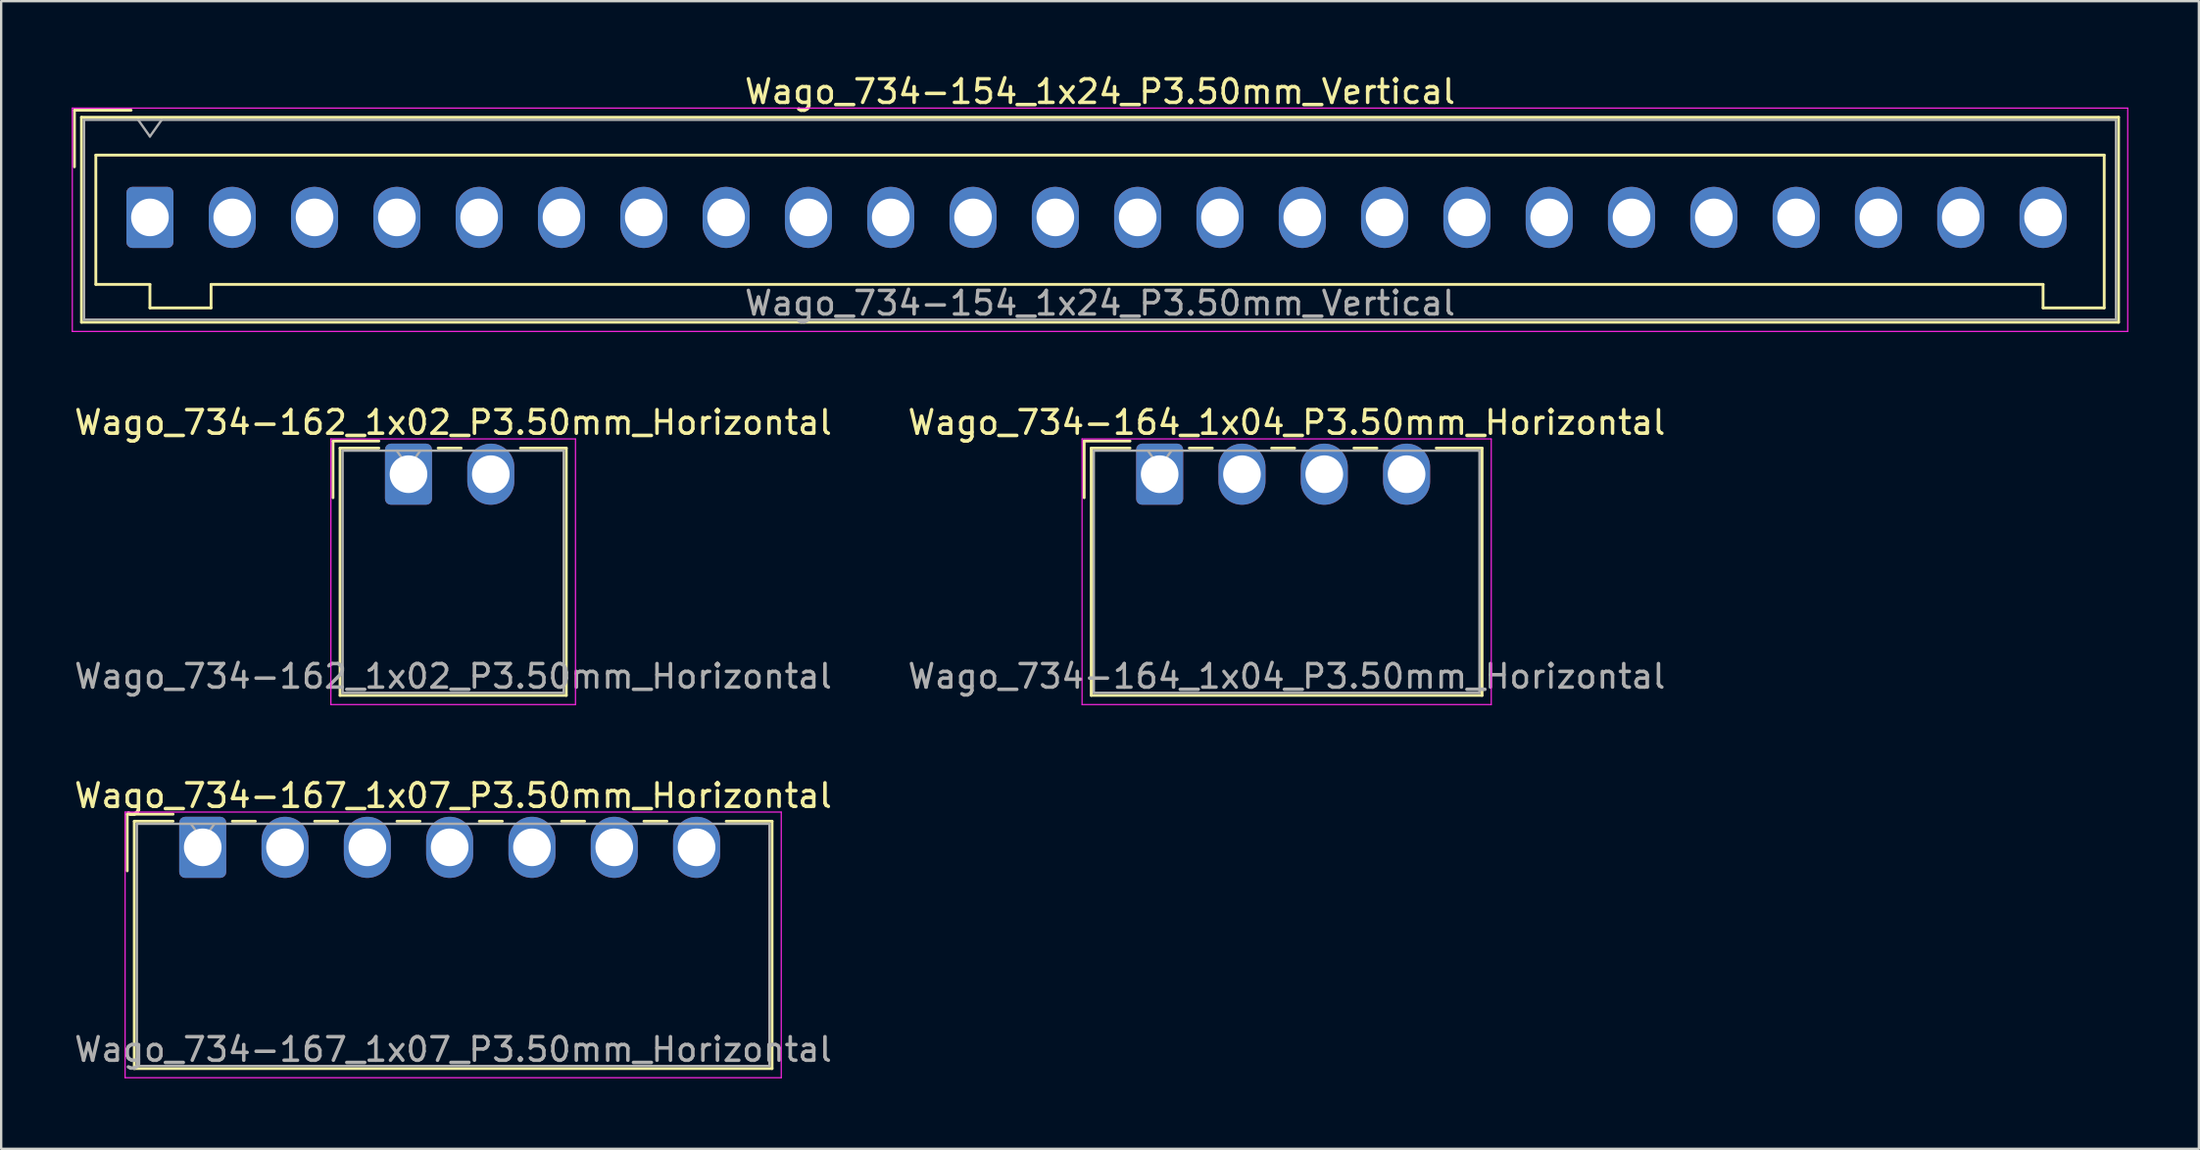
<source format=kicad_pcb>
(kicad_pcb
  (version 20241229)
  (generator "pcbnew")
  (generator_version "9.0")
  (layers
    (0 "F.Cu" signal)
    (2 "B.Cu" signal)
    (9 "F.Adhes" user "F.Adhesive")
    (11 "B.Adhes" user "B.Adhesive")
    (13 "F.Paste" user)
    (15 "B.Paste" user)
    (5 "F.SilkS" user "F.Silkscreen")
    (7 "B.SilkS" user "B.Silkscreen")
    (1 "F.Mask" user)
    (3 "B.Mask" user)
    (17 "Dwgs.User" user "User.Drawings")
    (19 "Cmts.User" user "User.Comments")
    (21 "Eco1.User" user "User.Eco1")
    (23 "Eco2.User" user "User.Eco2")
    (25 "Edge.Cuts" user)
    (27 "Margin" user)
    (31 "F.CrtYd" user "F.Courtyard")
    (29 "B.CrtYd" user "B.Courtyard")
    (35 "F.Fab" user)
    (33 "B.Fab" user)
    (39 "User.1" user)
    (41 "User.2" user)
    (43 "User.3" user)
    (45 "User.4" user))
  (footprint "Wago_734-164_1x04_P3.50mm_Horizontal"
    (layer "F.Cu")
    (at 46.261 17.122)
    (property "Reference" "Wago_734-164_1x04_P3.50mm_Horizontal" (at 5.4 -2.2 0) (layer "F.SilkS") (effects (font (size 1 1) (thickness 0.15))))
    (attr through_hole)
    (fp_line (start -3.21 -1.41) (end -1.26 -1.41) (stroke (width 0.12) (type solid)) (layer "F.SilkS"))
    (fp_line (start -3.21 1) (end -3.21 -1.41) (stroke (width 0.12) (type solid)) (layer "F.SilkS"))
    (fp_line (start -2.91 -1.11) (end -2.91 9.41) (stroke (width 0.12) (type solid)) (layer "F.SilkS"))
    (fp_line (start -2.91 9.41) (end 13.71 9.41) (stroke (width 0.12) (type solid)) (layer "F.SilkS"))
    (fp_line (start -1.26 -1.11) (end -2.91 -1.11) (stroke (width 0.12) (type solid)) (layer "F.SilkS"))
    (fp_line (start 1.26 -1.11) (end 2.24 -1.11) (stroke (width 0.12) (type solid)) (layer "F.SilkS"))
    (fp_line (start 4.76 -1.11) (end 5.74 -1.11) (stroke (width 0.12) (type solid)) (layer "F.SilkS"))
    (fp_line (start 8.26 -1.11) (end 9.24 -1.11) (stroke (width 0.12) (type solid)) (layer "F.SilkS"))
    (fp_line (start 13.71 -1.11) (end 11.76 -1.11) (stroke (width 0.12) (type solid)) (layer "F.SilkS"))
    (fp_line (start 13.71 9.41) (end 13.71 -1.11) (stroke (width 0.12) (type solid)) (layer "F.SilkS"))
    (fp_line (start -3.3 -1.5) (end -3.3 9.8) (stroke (width 0.05) (type solid)) (layer "F.CrtYd"))
    (fp_line (start -3.3 9.8) (end 14.1 9.8) (stroke (width 0.05) (type solid)) (layer "F.CrtYd"))
    (fp_line (start 14.1 -1.5) (end -3.3 -1.5) (stroke (width 0.05) (type solid)) (layer "F.CrtYd"))
    (fp_line (start 14.1 9.8) (end 14.1 -1.5) (stroke (width 0.05) (type solid)) (layer "F.CrtYd"))
    (fp_line (start -2.8 -1) (end -2.8 9.3) (stroke (width 0.1) (type solid)) (layer "F.Fab"))
    (fp_line (start -2.8 9.3) (end 13.6 9.3) (stroke (width 0.1) (type solid)) (layer "F.Fab"))
    (fp_line (start -0.5 -1) (end 0 -0.293) (stroke (width 0.1) (type solid)) (layer "F.Fab"))
    (fp_line (start 0 -0.293) (end 0.5 -1) (stroke (width 0.1) (type solid)) (layer "F.Fab"))
    (fp_line (start 13.6 -1) (end -2.8 -1) (stroke (width 0.1) (type solid)) (layer "F.Fab"))
    (fp_line (start 13.6 9.3) (end 13.6 -1) (stroke (width 0.1) (type solid)) (layer "F.Fab"))
    (fp_text user "${REFERENCE}" (at 5.4 8.6 0) (layer "F.Fab") (effects (font (size 1 1) (thickness 0.15))))
    (pad "1" thru_hole roundrect (at 0 0) (size 2 2.6) (drill 1.6) (layers "*.Cu" "*.Mask") (roundrect_rratio 0.125))
    (pad "2" thru_hole oval (at 3.5 0) (size 2 2.6) (drill 1.6) (layers "*.Cu" "*.Mask"))
    (pad "3" thru_hole oval (at 7 0) (size 2 2.6) (drill 1.6) (layers "*.Cu" "*.Mask"))
    (pad "4" thru_hole oval (at 10.5 0) (size 2 2.6) (drill 1.6) (layers "*.Cu" "*.Mask")))
  (footprint "Wago_734-154_1x24_P3.50mm_Vertical"
    (layer "F.Cu")
    (at 3.325 6.198)
    (property "Reference" "Wago_734-154_1x24_P3.50mm_Vertical" (at 40.4 -5.35 0) (layer "F.SilkS") (effects (font (size 1 1) (thickness 0.15))))
    (attr through_hole)
    (fp_line (start -3.21 -4.56) (end -0.8 -4.56) (stroke (width 0.12) (type solid)) (layer "F.SilkS"))
    (fp_line (start -3.21 -2.15) (end -3.21 -4.56) (stroke (width 0.12) (type solid)) (layer "F.SilkS"))
    (fp_line (start -2.91 -4.26) (end -2.91 4.46) (stroke (width 0.12) (type solid)) (layer "F.SilkS"))
    (fp_line (start -2.91 4.46) (end 83.71 4.46) (stroke (width 0.12) (type solid)) (layer "F.SilkS"))
    (fp_line (start -2.3 -2.65) (end -2.3 2.85) (stroke (width 0.12) (type solid)) (layer "F.SilkS"))
    (fp_line (start -2.3 2.85) (end 0 2.85) (stroke (width 0.12) (type solid)) (layer "F.SilkS"))
    (fp_line (start 0 2.85) (end 0 3.85) (stroke (width 0.12) (type solid)) (layer "F.SilkS"))
    (fp_line (start 0 3.85) (end 2.6 3.85) (stroke (width 0.12) (type solid)) (layer "F.SilkS"))
    (fp_line (start 2.6 2.85) (end 80.5 2.85) (stroke (width 0.12) (type solid)) (layer "F.SilkS"))
    (fp_line (start 2.6 3.85) (end 2.6 2.85) (stroke (width 0.12) (type solid)) (layer "F.SilkS"))
    (fp_line (start 80.5 2.85) (end 80.5 3.85) (stroke (width 0.12) (type solid)) (layer "F.SilkS"))
    (fp_line (start 80.5 3.85) (end 83.1 3.85) (stroke (width 0.12) (type solid)) (layer "F.SilkS"))
    (fp_line (start 83.1 -2.65) (end -2.3 -2.65) (stroke (width 0.12) (type solid)) (layer "F.SilkS"))
    (fp_line (start 83.1 3.85) (end 83.1 -2.65) (stroke (width 0.12) (type solid)) (layer "F.SilkS"))
    (fp_line (start 83.71 -4.26) (end -2.91 -4.26) (stroke (width 0.12) (type solid)) (layer "F.SilkS"))
    (fp_line (start 83.71 4.46) (end 83.71 -4.26) (stroke (width 0.12) (type solid)) (layer "F.SilkS"))
    (fp_line (start -3.3 -4.65) (end -3.3 4.85) (stroke (width 0.05) (type solid)) (layer "F.CrtYd"))
    (fp_line (start -3.3 4.85) (end 84.1 4.85) (stroke (width 0.05) (type solid)) (layer "F.CrtYd"))
    (fp_line (start 84.1 -4.65) (end -3.3 -4.65) (stroke (width 0.05) (type solid)) (layer "F.CrtYd"))
    (fp_line (start 84.1 4.85) (end 84.1 -4.65) (stroke (width 0.05) (type solid)) (layer "F.CrtYd"))
    (fp_line (start -2.8 -4.15) (end -2.8 4.35) (stroke (width 0.1) (type solid)) (layer "F.Fab"))
    (fp_line (start -2.8 4.35) (end 83.6 4.35) (stroke (width 0.1) (type solid)) (layer "F.Fab"))
    (fp_line (start -0.5 -4.15) (end 0 -3.443) (stroke (width 0.1) (type solid)) (layer "F.Fab"))
    (fp_line (start 0 -3.443) (end 0.5 -4.15) (stroke (width 0.1) (type solid)) (layer "F.Fab"))
    (fp_line (start 83.6 -4.15) (end -2.8 -4.15) (stroke (width 0.1) (type solid)) (layer "F.Fab"))
    (fp_line (start 83.6 4.35) (end 83.6 -4.15) (stroke (width 0.1) (type solid)) (layer "F.Fab"))
    (fp_text user "${REFERENCE}" (at 40.4 3.65 0) (layer "F.Fab") (effects (font (size 1 1) (thickness 0.15))))
    (pad "1" thru_hole roundrect (at 0 0) (size 2 2.6) (drill 1.6) (layers "*.Cu" "*.Mask") (roundrect_rratio 0.125))
    (pad "2" thru_hole oval (at 3.5 0) (size 2 2.6) (drill 1.6) (layers "*.Cu" "*.Mask"))
    (pad "3" thru_hole oval (at 7 0) (size 2 2.6) (drill 1.6) (layers "*.Cu" "*.Mask"))
    (pad "4" thru_hole oval (at 10.5 0) (size 2 2.6) (drill 1.6) (layers "*.Cu" "*.Mask"))
    (pad "5" thru_hole oval (at 14 0) (size 2 2.6) (drill 1.6) (layers "*.Cu" "*.Mask"))
    (pad "6" thru_hole oval (at 17.5 0) (size 2 2.6) (drill 1.6) (layers "*.Cu" "*.Mask"))
    (pad "7" thru_hole oval (at 21 0) (size 2 2.6) (drill 1.6) (layers "*.Cu" "*.Mask"))
    (pad "8" thru_hole oval (at 24.5 0) (size 2 2.6) (drill 1.6) (layers "*.Cu" "*.Mask"))
    (pad "9" thru_hole oval (at 28 0) (size 2 2.6) (drill 1.6) (layers "*.Cu" "*.Mask"))
    (pad "10" thru_hole oval (at 31.5 0) (size 2 2.6) (drill 1.6) (layers "*.Cu" "*.Mask"))
    (pad "11" thru_hole oval (at 35 0) (size 2 2.6) (drill 1.6) (layers "*.Cu" "*.Mask"))
    (pad "12" thru_hole oval (at 38.5 0) (size 2 2.6) (drill 1.6) (layers "*.Cu" "*.Mask"))
    (pad "13" thru_hole oval (at 42 0) (size 2 2.6) (drill 1.6) (layers "*.Cu" "*.Mask"))
    (pad "14" thru_hole oval (at 45.5 0) (size 2 2.6) (drill 1.6) (layers "*.Cu" "*.Mask"))
    (pad "15" thru_hole oval (at 49 0) (size 2 2.6) (drill 1.6) (layers "*.Cu" "*.Mask"))
    (pad "16" thru_hole oval (at 52.5 0) (size 2 2.6) (drill 1.6) (layers "*.Cu" "*.Mask"))
    (pad "17" thru_hole oval (at 56 0) (size 2 2.6) (drill 1.6) (layers "*.Cu" "*.Mask"))
    (pad "18" thru_hole oval (at 59.5 0) (size 2 2.6) (drill 1.6) (layers "*.Cu" "*.Mask"))
    (pad "19" thru_hole oval (at 63 0) (size 2 2.6) (drill 1.6) (layers "*.Cu" "*.Mask"))
    (pad "20" thru_hole oval (at 66.5 0) (size 2 2.6) (drill 1.6) (layers "*.Cu" "*.Mask"))
    (pad "21" thru_hole oval (at 70 0) (size 2 2.6) (drill 1.6) (layers "*.Cu" "*.Mask"))
    (pad "22" thru_hole oval (at 73.5 0) (size 2 2.6) (drill 1.6) (layers "*.Cu" "*.Mask"))
    (pad "23" thru_hole oval (at 77 0) (size 2 2.6) (drill 1.6) (layers "*.Cu" "*.Mask"))
    (pad "24" thru_hole oval (at 80.5 0) (size 2 2.6) (drill 1.6) (layers "*.Cu" "*.Mask")))
  (footprint "Wago_734-162_1x02_P3.50mm_Horizontal"
    (layer "F.Cu")
    (at 14.32 17.122)
    (property "Reference" "Wago_734-162_1x02_P3.50mm_Horizontal" (at 1.9 -2.2 0) (layer "F.SilkS") (effects (font (size 1 1) (thickness 0.15))))
    (attr through_hole)
    (fp_line (start -3.21 -1.41) (end -1.26 -1.41) (stroke (width 0.12) (type solid)) (layer "F.SilkS"))
    (fp_line (start -3.21 1) (end -3.21 -1.41) (stroke (width 0.12) (type solid)) (layer "F.SilkS"))
    (fp_line (start -2.91 -1.11) (end -2.91 9.41) (stroke (width 0.12) (type solid)) (layer "F.SilkS"))
    (fp_line (start -2.91 9.41) (end 6.71 9.41) (stroke (width 0.12) (type solid)) (layer "F.SilkS"))
    (fp_line (start -1.26 -1.11) (end -2.91 -1.11) (stroke (width 0.12) (type solid)) (layer "F.SilkS"))
    (fp_line (start 1.26 -1.11) (end 2.24 -1.11) (stroke (width 0.12) (type solid)) (layer "F.SilkS"))
    (fp_line (start 6.71 -1.11) (end 4.76 -1.11) (stroke (width 0.12) (type solid)) (layer "F.SilkS"))
    (fp_line (start 6.71 9.41) (end 6.71 -1.11) (stroke (width 0.12) (type solid)) (layer "F.SilkS"))
    (fp_line (start -3.3 -1.5) (end -3.3 9.8) (stroke (width 0.05) (type solid)) (layer "F.CrtYd"))
    (fp_line (start -3.3 9.8) (end 7.1 9.8) (stroke (width 0.05) (type solid)) (layer "F.CrtYd"))
    (fp_line (start 7.1 -1.5) (end -3.3 -1.5) (stroke (width 0.05) (type solid)) (layer "F.CrtYd"))
    (fp_line (start 7.1 9.8) (end 7.1 -1.5) (stroke (width 0.05) (type solid)) (layer "F.CrtYd"))
    (fp_line (start -2.8 -1) (end -2.8 9.3) (stroke (width 0.1) (type solid)) (layer "F.Fab"))
    (fp_line (start -2.8 9.3) (end 6.6 9.3) (stroke (width 0.1) (type solid)) (layer "F.Fab"))
    (fp_line (start -0.5 -1) (end 0 -0.293) (stroke (width 0.1) (type solid)) (layer "F.Fab"))
    (fp_line (start 0 -0.293) (end 0.5 -1) (stroke (width 0.1) (type solid)) (layer "F.Fab"))
    (fp_line (start 6.6 -1) (end -2.8 -1) (stroke (width 0.1) (type solid)) (layer "F.Fab"))
    (fp_line (start 6.6 9.3) (end 6.6 -1) (stroke (width 0.1) (type solid)) (layer "F.Fab"))
    (fp_text user "${REFERENCE}" (at 1.9 8.6 0) (layer "F.Fab") (effects (font (size 1 1) (thickness 0.15))))
    (pad "1" thru_hole roundrect (at 0 0) (size 2 2.6) (drill 1.6) (layers "*.Cu" "*.Mask") (roundrect_rratio 0.125))
    (pad "2" thru_hole oval (at 3.5 0) (size 2 2.6) (drill 1.6) (layers "*.Cu" "*.Mask")))
  (footprint "Wago_734-167_1x07_P3.50mm_Horizontal"
    (layer "F.Cu")
    (at 5.57 32.995)
    (property "Reference" "Wago_734-167_1x07_P3.50mm_Horizontal" (at 10.65 -2.2 0) (layer "F.SilkS") (effects (font (size 1 1) (thickness 0.15))))
    (attr through_hole)
    (fp_line (start -3.21 -1.41) (end -1.26 -1.41) (stroke (width 0.12) (type solid)) (layer "F.SilkS"))
    (fp_line (start -3.21 1) (end -3.21 -1.41) (stroke (width 0.12) (type solid)) (layer "F.SilkS"))
    (fp_line (start -2.91 -1.11) (end -2.91 9.41) (stroke (width 0.12) (type solid)) (layer "F.SilkS"))
    (fp_line (start -2.91 9.41) (end 24.21 9.41) (stroke (width 0.12) (type solid)) (layer "F.SilkS"))
    (fp_line (start -1.26 -1.11) (end -2.91 -1.11) (stroke (width 0.12) (type solid)) (layer "F.SilkS"))
    (fp_line (start 1.26 -1.11) (end 2.24 -1.11) (stroke (width 0.12) (type solid)) (layer "F.SilkS"))
    (fp_line (start 4.76 -1.11) (end 5.74 -1.11) (stroke (width 0.12) (type solid)) (layer "F.SilkS"))
    (fp_line (start 8.26 -1.11) (end 9.24 -1.11) (stroke (width 0.12) (type solid)) (layer "F.SilkS"))
    (fp_line (start 11.76 -1.11) (end 12.74 -1.11) (stroke (width 0.12) (type solid)) (layer "F.SilkS"))
    (fp_line (start 15.26 -1.11) (end 16.24 -1.11) (stroke (width 0.12) (type solid)) (layer "F.SilkS"))
    (fp_line (start 18.76 -1.11) (end 19.74 -1.11) (stroke (width 0.12) (type solid)) (layer "F.SilkS"))
    (fp_line (start 24.21 -1.11) (end 22.26 -1.11) (stroke (width 0.12) (type solid)) (layer "F.SilkS"))
    (fp_line (start 24.21 9.41) (end 24.21 -1.11) (stroke (width 0.12) (type solid)) (layer "F.SilkS"))
    (fp_line (start -3.3 -1.5) (end -3.3 9.8) (stroke (width 0.05) (type solid)) (layer "F.CrtYd"))
    (fp_line (start -3.3 9.8) (end 24.6 9.8) (stroke (width 0.05) (type solid)) (layer "F.CrtYd"))
    (fp_line (start 24.6 -1.5) (end -3.3 -1.5) (stroke (width 0.05) (type solid)) (layer "F.CrtYd"))
    (fp_line (start 24.6 9.8) (end 24.6 -1.5) (stroke (width 0.05) (type solid)) (layer "F.CrtYd"))
    (fp_line (start -2.8 -1) (end -2.8 9.3) (stroke (width 0.1) (type solid)) (layer "F.Fab"))
    (fp_line (start -2.8 9.3) (end 24.1 9.3) (stroke (width 0.1) (type solid)) (layer "F.Fab"))
    (fp_line (start -0.5 -1) (end 0 -0.293) (stroke (width 0.1) (type solid)) (layer "F.Fab"))
    (fp_line (start 0 -0.293) (end 0.5 -1) (stroke (width 0.1) (type solid)) (layer "F.Fab"))
    (fp_line (start 24.1 -1) (end -2.8 -1) (stroke (width 0.1) (type solid)) (layer "F.Fab"))
    (fp_line (start 24.1 9.3) (end 24.1 -1) (stroke (width 0.1) (type solid)) (layer "F.Fab"))
    (fp_text user "${REFERENCE}" (at 10.65 8.6 0) (layer "F.Fab") (effects (font (size 1 1) (thickness 0.15))))
    (pad "1" thru_hole roundrect (at 0 0) (size 2 2.6) (drill 1.6) (layers "*.Cu" "*.Mask") (roundrect_rratio 0.125))
    (pad "2" thru_hole oval (at 3.5 0) (size 2 2.6) (drill 1.6) (layers "*.Cu" "*.Mask"))
    (pad "3" thru_hole oval (at 7 0) (size 2 2.6) (drill 1.6) (layers "*.Cu" "*.Mask"))
    (pad "4" thru_hole oval (at 10.5 0) (size 2 2.6) (drill 1.6) (layers "*.Cu" "*.Mask"))
    (pad "5" thru_hole oval (at 14 0) (size 2 2.6) (drill 1.6) (layers "*.Cu" "*.Mask"))
    (pad "6" thru_hole oval (at 17.5 0) (size 2 2.6) (drill 1.6) (layers "*.Cu" "*.Mask"))
    (pad "7" thru_hole oval (at 21 0) (size 2 2.6) (drill 1.6) (layers "*.Cu" "*.Mask")))
  (gr_rect
    (start -3 -3)
    (end 90.45 45.82)
    (stroke (width 0.1) (type default))
    (fill no)
    (layer "Edge.Cuts")))
</source>
